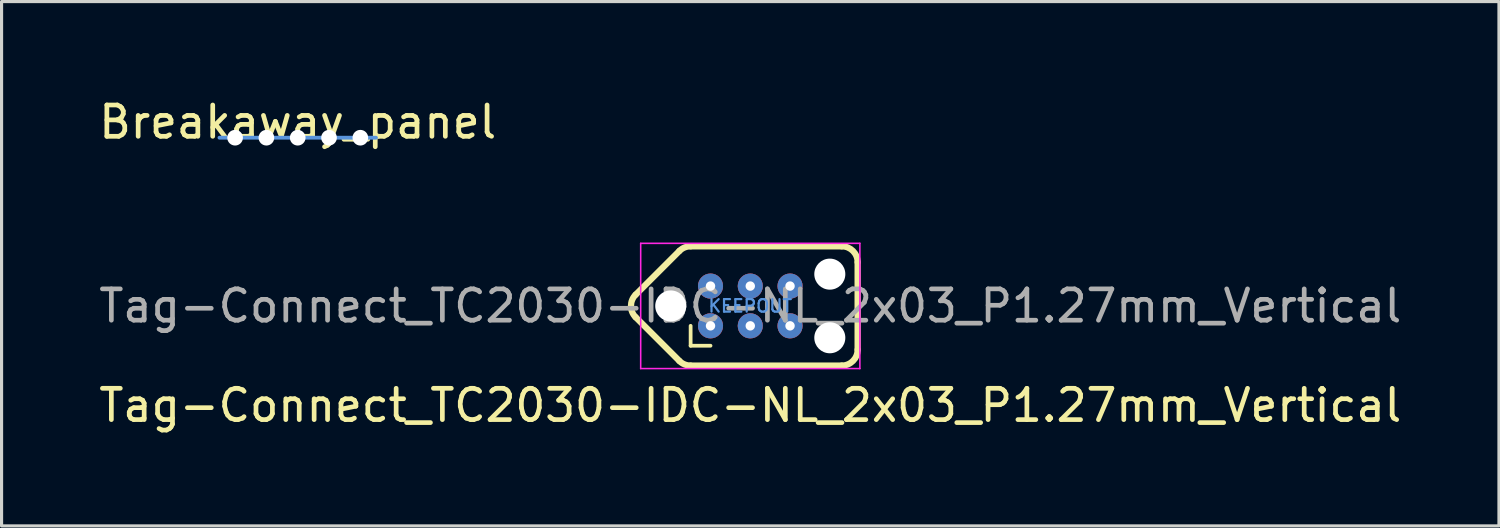
<source format=kicad_pcb>
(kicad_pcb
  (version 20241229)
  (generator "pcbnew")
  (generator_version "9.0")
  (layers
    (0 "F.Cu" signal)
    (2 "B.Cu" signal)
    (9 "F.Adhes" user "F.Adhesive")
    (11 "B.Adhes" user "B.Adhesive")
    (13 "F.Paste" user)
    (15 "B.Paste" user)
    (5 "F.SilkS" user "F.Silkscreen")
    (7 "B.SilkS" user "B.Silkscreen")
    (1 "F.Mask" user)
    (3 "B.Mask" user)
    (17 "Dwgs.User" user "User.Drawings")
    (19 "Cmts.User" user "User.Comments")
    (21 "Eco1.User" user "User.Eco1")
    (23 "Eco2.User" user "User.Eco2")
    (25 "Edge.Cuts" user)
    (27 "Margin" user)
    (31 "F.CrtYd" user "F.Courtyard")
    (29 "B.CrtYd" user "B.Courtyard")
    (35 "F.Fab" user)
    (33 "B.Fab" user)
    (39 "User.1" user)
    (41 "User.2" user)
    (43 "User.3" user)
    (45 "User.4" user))
  (footprint "Breakaway_panel"
    (layer "F.Cu")
    (at 6.458 1.348)
    (property "Reference" "Breakaway_panel" (at 0 -0.5 0) (unlocked yes) (layer "F.SilkS") (effects (font (size 1 1) (thickness 0.15))))
    (attr smd)
    (fp_line (start -2.5 0) (end 2.5 0) (stroke (width 0.12) (type solid)) (layer "Cmts.User"))
    (pad "" np_thru_hole circle (at -2 0) (size 0.5 0.5) (drill 0.5) (layers "*.Cu" "*.Mask"))
    (pad "" np_thru_hole circle (at -1 0) (size 0.5 0.5) (drill 0.5) (layers "*.Cu" "*.Mask"))
    (pad "" np_thru_hole circle (at 0 0) (size 0.5 0.5) (drill 0.5) (layers "*.Cu" "*.Mask"))
    (pad "" np_thru_hole circle (at 1 0) (size 0.5 0.5) (drill 0.5) (layers "*.Cu" "*.Mask"))
    (pad "" np_thru_hole circle (at 2 0) (size 0.5 0.5) (drill 0.5) (layers "*.Cu" "*.Mask")))
  (footprint "Tag-Connect_TC2030-IDC-NL_2x03_P1.27mm_Vertical"
    (layer "F.Cu")
    (at 20.911 6.721)
    (property "Reference" "Tag-Connect_TC2030-IDC-NL_2x03_P1.27mm_Vertical" (at 0 3.175 0) (layer "F.SilkS") (effects (font (size 1 1) (thickness 0.15))))
    (attr exclude_from_pos_files exclude_from_bom)
    (fp_line (start -3.661 -0.359) (end -2.264 -1.756) (stroke (width 0.2) (type solid)) (layer "F.SilkS"))
    (fp_line (start -3.661 0.359) (end -2.264 1.756) (stroke (width 0.2) (type solid)) (layer "F.SilkS"))
    (fp_line (start -1.905 -1.905) (end 2.921 -1.905) (stroke (width 0.2) (type solid)) (layer "F.SilkS"))
    (fp_line (start -1.905 1.27) (end -1.905 0.635) (stroke (width 0.12) (type solid)) (layer "F.SilkS"))
    (fp_line (start -1.905 1.905) (end 2.921 1.905) (stroke (width 0.2) (type solid)) (layer "F.SilkS"))
    (fp_line (start -1.27 1.27) (end -1.905 1.27) (stroke (width 0.12) (type solid)) (layer "F.SilkS"))
    (fp_line (start 3.429 -1.397) (end 3.429 1.397) (stroke (width 0.2) (type solid)) (layer "F.SilkS"))
    (fp_arc (start -3.66121 0.35921) (mid -3.81 0) (end -3.66121 -0.35921) (stroke (width 0.2) (type solid)) (layer "F.SilkS"))
    (fp_arc (start -2.26421 -1.756224) (mid -2.099402 -1.866337) (end -1.905 -1.905) (stroke (width 0.2) (type solid)) (layer "F.SilkS"))
    (fp_arc (start -1.905 1.905) (mid -2.099399 1.866325) (end -2.2642 1.7562) (stroke (width 0.2) (type solid)) (layer "F.SilkS"))
    (fp_arc (start 2.921 -1.905) (mid 3.28021 -1.75621) (end 3.429 -1.397) (stroke (width 0.2) (type solid)) (layer "F.SilkS"))
    (fp_arc (start 3.429 1.397) (mid 3.28021 1.75621) (end 2.921 1.905) (stroke (width 0.2) (type solid)) (layer "F.SilkS"))
    (fp_line (start -3.5 -2) (end 3.5 -2) (stroke (width 0.05) (type solid)) (layer "F.CrtYd"))
    (fp_line (start -3.5 2) (end -3.5 -2) (stroke (width 0.05) (type solid)) (layer "F.CrtYd"))
    (fp_line (start 3.5 -2) (end 3.5 2) (stroke (width 0.05) (type solid)) (layer "F.CrtYd"))
    (fp_line (start 3.5 2) (end -3.5 2) (stroke (width 0.05) (type solid)) (layer "F.CrtYd"))
    (fp_text user "KEEPOUT" (at 0 0 0) (layer "Cmts.User") (effects (font (size 0.4 0.4) (thickness 0.07))))
    (fp_text user "${REFERENCE}" (at 0 0 0) (layer "F.Fab") (effects (font (size 1 1) (thickness 0.15))))
    (pad "" np_thru_hole circle (at -2.54 0) (size 0.991 0.991) (drill 0.991) (layers "*.Cu" "*.Mask"))
    (pad "" np_thru_hole circle (at 2.54 -1.016) (size 0.991 0.991) (drill 0.991) (layers "*.Cu" "*.Mask"))
    (pad "" np_thru_hole circle (at 2.54 1.016) (size 0.991 0.991) (drill 0.991) (layers "*.Cu" "*.Mask"))
    (pad "1" connect circle (at -1.27 0.635) (size 0.8 0.8) (layers "F.Cu" "F.Mask"))
    (pad "1" thru_hole circle (at -1.27 0.635) (size 0.8 0.8) (drill 0.3) (layers "*.Cu" "*.Mask"))
    (pad "2" connect circle (at -1.27 -0.635) (size 0.8 0.8) (layers "F.Cu" "F.Mask"))
    (pad "2" thru_hole circle (at -1.27 -0.635) (size 0.8 0.8) (drill 0.3) (layers "*.Cu" "*.Mask"))
    (pad "3" connect circle (at 0 0.635) (size 0.8 0.8) (layers "F.Cu" "F.Mask"))
    (pad "3" thru_hole circle (at 0 0.635) (size 0.8 0.8) (drill 0.3) (layers "*.Cu" "*.Mask"))
    (pad "4" connect circle (at 0 -0.635) (size 0.8 0.8) (layers "F.Cu" "F.Mask"))
    (pad "4" thru_hole circle (at 0 -0.635) (size 0.8 0.8) (drill 0.3) (layers "*.Cu" "*.Mask"))
    (pad "5" connect circle (at 1.27 0.635) (size 0.8 0.8) (layers "F.Cu" "F.Mask"))
    (pad "5" thru_hole circle (at 1.27 0.635) (size 0.8 0.8) (drill 0.3) (layers "*.Cu" "*.Mask"))
    (pad "6" connect circle (at 1.27 -0.635) (size 0.8 0.8) (layers "F.Cu" "F.Mask"))
    (pad "6" thru_hole circle (at 1.27 -0.635) (size 0.8 0.8) (drill 0.3) (layers "*.Cu" "*.Mask"))
    (zone (net_name "") (layer "F.Cu") (hatch full 0.508) (connect_pads) (min_thickness 0.254) (filled_areas_thickness no) (keepout (tracks allowed) (vias not_allowed) (pads allowed) (copperpour not_allowed) (footprints not_allowed)) (placement (enabled no)) (fill) (polygon (pts (xy 22.181 6.087) (xy 19.641 6.087) (xy 19.641 7.356) (xy 22.181 7.356)))))
  (gr_rect
    (start -3 -3)
    (end 44.821 13.745)
    (stroke (width 0.1) (type default))
    (fill no)
    (layer "Edge.Cuts")))
</source>
